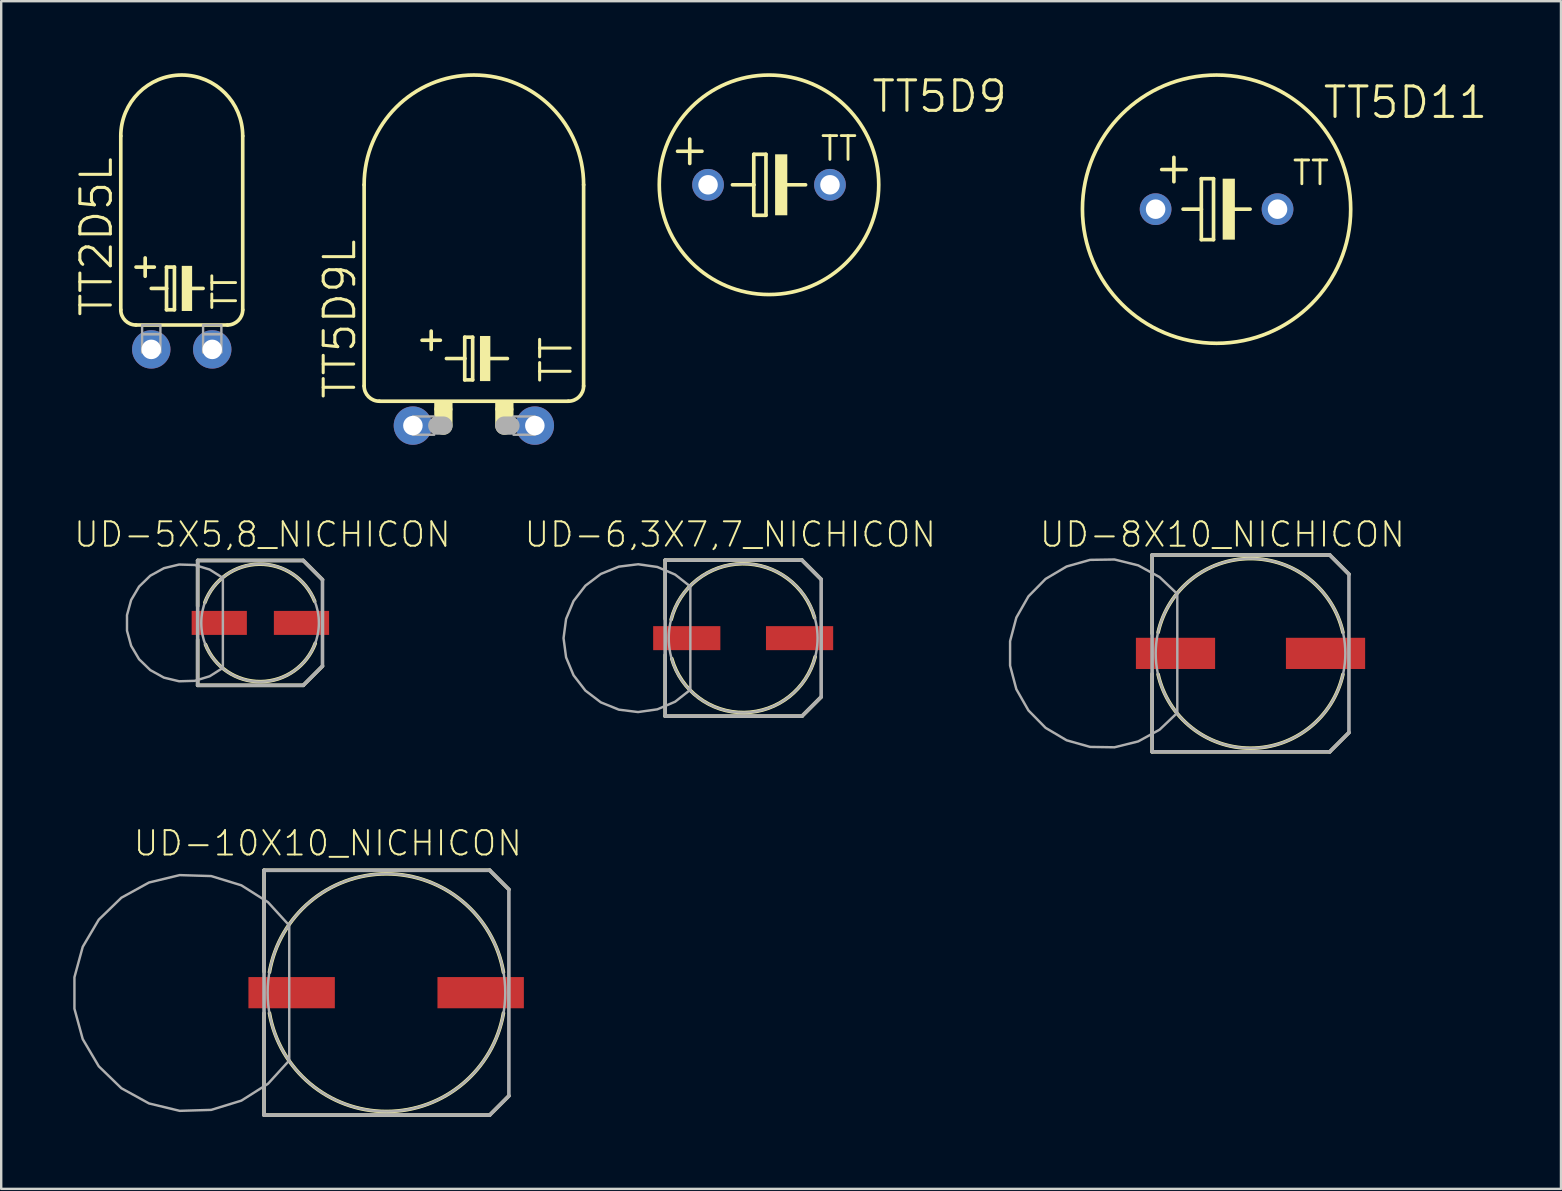
<source format=kicad_pcb>
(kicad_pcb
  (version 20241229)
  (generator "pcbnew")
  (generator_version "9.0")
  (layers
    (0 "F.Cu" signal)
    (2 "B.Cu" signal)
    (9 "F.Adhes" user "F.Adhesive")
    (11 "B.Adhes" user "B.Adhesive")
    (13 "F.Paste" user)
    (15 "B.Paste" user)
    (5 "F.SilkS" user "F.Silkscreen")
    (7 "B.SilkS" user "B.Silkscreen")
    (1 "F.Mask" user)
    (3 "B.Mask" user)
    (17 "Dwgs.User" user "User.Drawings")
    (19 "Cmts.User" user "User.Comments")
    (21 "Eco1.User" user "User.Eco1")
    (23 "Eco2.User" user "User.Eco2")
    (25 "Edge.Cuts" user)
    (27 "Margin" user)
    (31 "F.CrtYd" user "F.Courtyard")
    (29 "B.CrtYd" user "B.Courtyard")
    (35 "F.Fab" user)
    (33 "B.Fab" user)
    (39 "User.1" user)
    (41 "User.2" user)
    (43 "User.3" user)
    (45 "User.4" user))
  (footprint "TT5D11"
    (layer "F.Cu")
    (at 47.634 5.664)
    (property "Reference" "TT5D11" (at 7.868 -4.445 0) (layer "F.SilkS") (effects (font (size 1.27 1.27) (thickness 0.127))))
    (attr through_hole)
    (fp_line (start -1.778 -2.159) (end -1.778 -1.143) (stroke (width 0.152) (type solid)) (layer "F.SilkS"))
    (fp_line (start -1.397 0) (end -0.635 0) (stroke (width 0.152) (type solid)) (layer "F.SilkS"))
    (fp_line (start -1.27 -1.651) (end -2.286 -1.651) (stroke (width 0.152) (type solid)) (layer "F.SilkS"))
    (fp_line (start -0.635 -1.27) (end -0.635 0) (stroke (width 0.152) (type solid)) (layer "F.SilkS"))
    (fp_line (start -0.635 0) (end -0.635 1.27) (stroke (width 0.152) (type solid)) (layer "F.SilkS"))
    (fp_line (start -0.635 1.27) (end -0.127 1.27) (stroke (width 0.152) (type solid)) (layer "F.SilkS"))
    (fp_line (start -0.127 -1.27) (end -0.635 -1.27) (stroke (width 0.152) (type solid)) (layer "F.SilkS"))
    (fp_line (start -0.127 1.27) (end -0.127 -1.27) (stroke (width 0.152) (type solid)) (layer "F.SilkS"))
    (fp_line (start 0.635 0) (end 1.397 0) (stroke (width 0.152) (type solid)) (layer "F.SilkS"))
    (fp_circle (center 0 0) (end 5.588 0) (stroke (width 0.152) (type solid)) (fill no) (layer "F.SilkS"))
    (fp_poly (pts (xy 0.254 -1.27) (xy 0.762 -1.27) (xy 0.762 1.27) (xy 0.254 1.27)) (stroke (width 0) (type solid)) (fill yes) (layer "F.SilkS"))
    (fp_text user "TT" (at 3.93 -1.511 0) (layer "F.SilkS") (effects (font (size 0.991 0.991) (thickness 0.119))))
    (pad "+" thru_hole circle (at -2.54 0) (size 1.321 1.321) (drill 0.813) (layers "*.Cu" "*.Mask"))
    (pad "-" thru_hole circle (at 2.54 0) (size 1.321 1.321) (drill 0.813) (layers "*.Cu" "*.Mask")))
  (footprint "UD-10X10_NICHICON"
    (layer "F.Cu")
    (at 13.05 38.306)
    (property "Reference" "UD-10X10_NICHICON" (at -2.443 -6.223 0) (layer "F.SilkS") (effects (font (size 1.016 1.016) (thickness 0.081))))
    (attr through_hole)
    (fp_line (start -5.1 -5.1) (end 4.3 -5.1) (stroke (width 0.15) (type solid)) (layer "F.SilkS"))
    (fp_line (start -5.1 -0.875) (end -5.1 -5.1) (stroke (width 0.15) (type solid)) (layer "F.SilkS"))
    (fp_line (start -5.1 5.1) (end -5.1 0.85) (stroke (width 0.15) (type solid)) (layer "F.SilkS"))
    (fp_line (start 4.3 -5.1) (end 5.1 -4.3) (stroke (width 0.15) (type solid)) (layer "F.SilkS"))
    (fp_line (start 4.3 5.1) (end -5.1 5.1) (stroke (width 0.15) (type solid)) (layer "F.SilkS"))
    (fp_line (start 5.1 4.3) (end 4.3 5.1) (stroke (width 0.15) (type solid)) (layer "F.SilkS"))
    (fp_arc (start -4.875 -0.85) (mid 0.000002 -4.950039) (end 4.875001 -0.849996) (stroke (width 0.15) (type solid)) (layer "F.SilkS"))
    (fp_arc (start 4.875 0.85) (mid -0.000002 4.950039) (end -4.875001 0.849996) (stroke (width 0.15) (type solid)) (layer "F.SilkS"))
    (fp_line (start -5.1 -5.1) (end 4.3 -5.1) (stroke (width 0.15) (type solid)) (layer "F.Fab"))
    (fp_line (start -5.1 5.1) (end -5.1 -5.1) (stroke (width 0.15) (type solid)) (layer "F.Fab"))
    (fp_line (start 4.3 -5.1) (end 5.1 -4.3) (stroke (width 0.15) (type solid)) (layer "F.Fab"))
    (fp_line (start 4.3 5.1) (end -5.1 5.1) (stroke (width 0.15) (type solid)) (layer "F.Fab"))
    (fp_line (start 5.1 -4.3) (end 5.1 4.3) (stroke (width 0.15) (type solid)) (layer "F.Fab"))
    (fp_line (start 5.1 4.3) (end 4.3 5.1) (stroke (width 0.15) (type solid)) (layer "F.Fab"))
    (fp_circle (center 0 0) (end 4.95 0) (stroke (width 0.102) (type solid)) (fill no) (layer "F.Fab"))
    (fp_poly (pts (xy -4.05 -2.8) (xy -4.935 -3.77) (xy -6.045 -4.473) (xy -7.301 -4.858) (xy -8.614 -4.898) (xy -9.891 -4.59) (xy -11.042 -3.957) (xy -11.985 -3.042) (xy -12.653 -1.911) (xy -12.999 -0.644) (xy -12.999 0.669) (xy -12.653 1.936) (xy -11.985 3.067) (xy -11.042 3.982) (xy -9.891 4.615) (xy -8.614 4.923) (xy -7.301 4.883) (xy -6.045 4.498) (xy -4.935 3.795) (xy -4.05 2.825)) (stroke (width 0.102) (type solid)) (fill no) (layer "F.Fab"))
    (pad "+" smd rect (at 3.925 0) (size 3.6 1.3) (layers "F.Cu" "F.Mask" "F.Paste"))
    (pad "-" smd rect (at -3.95 0) (size 3.6 1.3) (layers "F.Cu" "F.Mask" "F.Paste")))
  (footprint "TT5D9"
    (layer "F.Cu")
    (at 28.988 4.649)
    (property "Reference" "TT5D9" (at 7.106 -3.683 0) (layer "F.SilkS") (effects (font (size 1.27 1.27) (thickness 0.127))))
    (attr through_hole)
    (fp_line (start -3.302 -1.905) (end -3.302 -0.889) (stroke (width 0.152) (type solid)) (layer "F.SilkS"))
    (fp_line (start -2.794 -1.397) (end -3.81 -1.397) (stroke (width 0.152) (type solid)) (layer "F.SilkS"))
    (fp_line (start -1.524 0) (end -0.635 0) (stroke (width 0.152) (type solid)) (layer "F.SilkS"))
    (fp_line (start -0.635 -1.27) (end -0.635 0) (stroke (width 0.152) (type solid)) (layer "F.SilkS"))
    (fp_line (start -0.635 0) (end -0.635 1.27) (stroke (width 0.152) (type solid)) (layer "F.SilkS"))
    (fp_line (start -0.635 1.27) (end -0.127 1.27) (stroke (width 0.152) (type solid)) (layer "F.SilkS"))
    (fp_line (start -0.127 -1.27) (end -0.635 -1.27) (stroke (width 0.152) (type solid)) (layer "F.SilkS"))
    (fp_line (start -0.127 1.27) (end -0.127 -1.27) (stroke (width 0.152) (type solid)) (layer "F.SilkS"))
    (fp_line (start 0.635 0) (end 1.524 0) (stroke (width 0.152) (type solid)) (layer "F.SilkS"))
    (fp_circle (center 0 0) (end 4.572 0) (stroke (width 0.152) (type solid)) (fill no) (layer "F.SilkS"))
    (fp_poly (pts (xy 0.254 -1.27) (xy 0.762 -1.27) (xy 0.762 1.27) (xy 0.254 1.27)) (stroke (width 0) (type solid)) (fill yes) (layer "F.SilkS"))
    (fp_text user "TT" (at 2.914 -1.511 0) (layer "F.SilkS") (effects (font (size 0.991 0.991) (thickness 0.119))))
    (pad "+" thru_hole circle (at -2.54 0) (size 1.321 1.321) (drill 0.813) (layers "*.Cu" "*.Mask"))
    (pad "-" thru_hole circle (at 2.54 0) (size 1.321 1.321) (drill 0.813) (layers "*.Cu" "*.Mask")))
  (footprint "TT5D9L"
    (layer "F.Cu")
    (at 16.692 14.681)
    (property "Reference" "TT5D9L" (at -5.588 -4.439 90) (layer "F.SilkS") (effects (font (size 1.27 1.27) (thickness 0.127))))
    (attr through_hole)
    (fp_line (start -4.572 -10.033) (end -4.572 -1.651) (stroke (width 0.152) (type solid)) (layer "F.SilkS"))
    (fp_line (start -3.937 -1.016) (end 3.937 -1.016) (stroke (width 0.152) (type solid)) (layer "F.SilkS"))
    (fp_line (start -2.159 -3.556) (end -1.397 -3.556) (stroke (width 0.152) (type solid)) (layer "F.SilkS"))
    (fp_line (start -1.778 -3.937) (end -1.778 -3.175) (stroke (width 0.152) (type solid)) (layer "F.SilkS"))
    (fp_line (start -1.27 -0.635) (end -1.27 0) (stroke (width 0.762) (type solid)) (layer "F.SilkS"))
    (fp_line (start -1.143 -2.794) (end -0.381 -2.794) (stroke (width 0.152) (type solid)) (layer "F.SilkS"))
    (fp_line (start -0.381 -3.683) (end -0.381 -2.794) (stroke (width 0.152) (type solid)) (layer "F.SilkS"))
    (fp_line (start -0.381 -2.794) (end -0.381 -1.905) (stroke (width 0.152) (type solid)) (layer "F.SilkS"))
    (fp_line (start -0.381 -1.905) (end -0.051 -1.905) (stroke (width 0.152) (type solid)) (layer "F.SilkS"))
    (fp_line (start -0.051 -3.683) (end -0.381 -3.683) (stroke (width 0.152) (type solid)) (layer "F.SilkS"))
    (fp_line (start -0.051 -1.905) (end -0.051 -3.683) (stroke (width 0.152) (type solid)) (layer "F.SilkS"))
    (fp_line (start 0.635 -2.794) (end 1.397 -2.794) (stroke (width 0.152) (type solid)) (layer "F.SilkS"))
    (fp_line (start 1.27 -0.635) (end 1.27 0) (stroke (width 0.762) (type solid)) (layer "F.SilkS"))
    (fp_line (start 4.572 -10.033) (end 4.572 -1.651) (stroke (width 0.152) (type solid)) (layer "F.SilkS"))
    (fp_arc (start -4.572 -10.033) (mid 0 -14.605) (end 4.572 -10.033) (stroke (width 0.1524) (type solid)) (layer "F.SilkS"))
    (fp_arc (start -3.937 -1.016) (mid -4.386013 -1.201987) (end -4.572 -1.651) (stroke (width 0.1524) (type solid)) (layer "F.SilkS"))
    (fp_arc (start 4.572 -1.651) (mid 4.386013 -1.201987) (end 3.937 -1.016) (stroke (width 0.1524) (type solid)) (layer "F.SilkS"))
    (fp_poly (pts (xy -1.651 -1.016) (xy -0.889 -1.016) (xy -0.889 -0.635) (xy -1.651 -0.635)) (stroke (width 0) (type solid)) (fill yes) (layer "F.SilkS"))
    (fp_poly (pts (xy 0.254 -3.734) (xy 0.686 -3.734) (xy 0.686 -1.854) (xy 0.254 -1.854)) (stroke (width 0) (type solid)) (fill yes) (layer "F.SilkS"))
    (fp_poly (pts (xy 0.889 -1.016) (xy 1.651 -1.016) (xy 1.651 -0.635) (xy 0.889 -0.635)) (stroke (width 0) (type solid)) (fill yes) (layer "F.SilkS"))
    (fp_line (start -1.524 0) (end -1.27 0) (stroke (width 0.762) (type solid)) (layer "F.Fab"))
    (fp_line (start 1.524 0) (end 1.27 0) (stroke (width 0.762) (type solid)) (layer "F.Fab"))
    (fp_poly (pts (xy -2.54 -0.381) (xy -1.651 -0.381) (xy -1.651 0.381) (xy -2.54 0.381)) (stroke (width 0.1) (type solid)) (fill no) (layer "F.Fab"))
    (fp_poly (pts (xy 1.651 -0.381) (xy 2.54 -0.381) (xy 2.54 0.381) (xy 1.651 0.381)) (stroke (width 0.1) (type solid)) (fill no) (layer "F.Fab"))
    (fp_text user "TT" (at 3.429 -2.746 90) (layer "F.SilkS") (effects (font (size 1.27 1.27) (thickness 0.127))))
    (pad "+" thru_hole circle (at -2.54 0) (size 1.6 1.6) (drill 0.813) (layers "*.Cu" "*.Mask"))
    (pad "-" thru_hole circle (at 2.54 0) (size 1.6 1.6) (drill 0.813) (layers "*.Cu" "*.Mask")))
  (footprint "UD-8X10_NICHICON"
    (layer "F.Cu")
    (at 49.048 24.171)
    (property "Reference" "UD-8X10_NICHICON" (at -1.173 -4.953 0) (layer "F.SilkS") (effects (font (size 1.016 1.016) (thickness 0.081))))
    (attr through_hole)
    (fp_line (start -4.1 -4.1) (end 3.3 -4.1) (stroke (width 0.15) (type solid)) (layer "F.SilkS"))
    (fp_line (start -4.1 -0.825) (end -4.1 -4.1) (stroke (width 0.15) (type solid)) (layer "F.SilkS"))
    (fp_line (start -4.1 4.1) (end -4.1 0.85) (stroke (width 0.15) (type solid)) (layer "F.SilkS"))
    (fp_line (start 3.3 -4.1) (end 4.1 -3.3) (stroke (width 0.15) (type solid)) (layer "F.SilkS"))
    (fp_line (start 3.3 4.1) (end -4.1 4.1) (stroke (width 0.15) (type solid)) (layer "F.SilkS"))
    (fp_line (start 4.1 3.3) (end 3.3 4.1) (stroke (width 0.15) (type solid)) (layer "F.SilkS"))
    (fp_arc (start -3.85 -0.875) (mid 0 -3.950049) (end 3.85 -0.875) (stroke (width 0.15) (type solid)) (layer "F.SilkS"))
    (fp_arc (start 3.85 0.875) (mid 0 3.950049) (end -3.85 0.875) (stroke (width 0.15) (type solid)) (layer "F.SilkS"))
    (fp_line (start -4.1 -4.1) (end 3.3 -4.1) (stroke (width 0.15) (type solid)) (layer "F.Fab"))
    (fp_line (start -4.1 4.1) (end -4.1 -4.1) (stroke (width 0.15) (type solid)) (layer "F.Fab"))
    (fp_line (start 3.3 -4.1) (end 4.1 -3.3) (stroke (width 0.15) (type solid)) (layer "F.Fab"))
    (fp_line (start 3.3 4.1) (end -4.1 4.1) (stroke (width 0.15) (type solid)) (layer "F.Fab"))
    (fp_line (start 4.1 -3.3) (end 4.1 3.3) (stroke (width 0.15) (type solid)) (layer "F.Fab"))
    (fp_line (start 4.1 3.3) (end 3.3 4.1) (stroke (width 0.15) (type solid)) (layer "F.Fab"))
    (fp_circle (center 0 0) (end 3.95 0) (stroke (width 0.102) (type solid)) (fill no) (layer "F.Fab"))
    (fp_poly (pts (xy -3.05 -2.475) (xy -3.786 -3.177) (xy -4.678 -3.667) (xy -5.666 -3.912) (xy -6.683 -3.896) (xy -7.663 -3.62) (xy -8.538 -3.102) (xy -9.252 -2.376) (xy -9.756 -1.492) (xy -10.017 -0.509) (xy -10.017 0.509) (xy -9.756 1.492) (xy -9.252 2.376) (xy -8.538 3.102) (xy -7.663 3.62) (xy -6.683 3.896) (xy -5.666 3.912) (xy -4.678 3.667) (xy -3.786 3.177) (xy -3.05 2.475)) (stroke (width 0.102) (type solid)) (fill no) (layer "F.Fab"))
    (pad "+" smd rect (at 3.125 0) (size 3.3 1.3) (layers "F.Cu" "F.Mask" "F.Paste"))
    (pad "-" smd rect (at -3.125 0) (size 3.3 1.3) (layers "F.Cu" "F.Mask" "F.Paste")))
  (footprint "TT2D5L"
    (layer "F.Cu")
    (at 4.522 11.506)
    (property "Reference" "TT2D5L" (at -3.556 -4.693 90) (layer "F.SilkS") (effects (font (size 1.27 1.27) (thickness 0.127))))
    (attr through_hole)
    (fp_line (start -2.54 -8.89) (end -2.54 -1.651) (stroke (width 0.152) (type solid)) (layer "F.SilkS"))
    (fp_line (start -1.905 -3.429) (end -1.143 -3.429) (stroke (width 0.152) (type solid)) (layer "F.SilkS"))
    (fp_line (start -1.905 -1.016) (end 1.905 -1.016) (stroke (width 0.152) (type solid)) (layer "F.SilkS"))
    (fp_line (start -1.524 -3.81) (end -1.524 -3.048) (stroke (width 0.152) (type solid)) (layer "F.SilkS"))
    (fp_line (start -1.27 -2.54) (end -0.635 -2.54) (stroke (width 0.152) (type solid)) (layer "F.SilkS"))
    (fp_line (start -0.635 -3.429) (end -0.635 -2.54) (stroke (width 0.152) (type solid)) (layer "F.SilkS"))
    (fp_line (start -0.635 -2.54) (end -0.635 -1.651) (stroke (width 0.152) (type solid)) (layer "F.SilkS"))
    (fp_line (start -0.635 -1.651) (end -0.305 -1.651) (stroke (width 0.152) (type solid)) (layer "F.SilkS"))
    (fp_line (start -0.305 -3.429) (end -0.635 -3.429) (stroke (width 0.152) (type solid)) (layer "F.SilkS"))
    (fp_line (start -0.305 -1.651) (end -0.305 -3.429) (stroke (width 0.152) (type solid)) (layer "F.SilkS"))
    (fp_line (start 0.381 -2.54) (end 0.889 -2.54) (stroke (width 0.152) (type solid)) (layer "F.SilkS"))
    (fp_line (start 2.54 -8.89) (end 2.54 -1.651) (stroke (width 0.152) (type solid)) (layer "F.SilkS"))
    (fp_arc (start -2.54 -8.89) (mid 0 -11.43) (end 2.54 -8.89) (stroke (width 0.1524) (type solid)) (layer "F.SilkS"))
    (fp_arc (start -1.905 -1.016) (mid -2.354013 -1.201987) (end -2.54 -1.651) (stroke (width 0.1524) (type solid)) (layer "F.SilkS"))
    (fp_arc (start 2.54 -1.651) (mid 2.354013 -1.201987) (end 1.905 -1.016) (stroke (width 0.1524) (type solid)) (layer "F.SilkS"))
    (fp_poly (pts (xy 0 -3.48) (xy 0.432 -3.48) (xy 0.432 -1.6) (xy 0 -1.6)) (stroke (width 0) (type solid)) (fill yes) (layer "F.SilkS"))
    (fp_poly (pts (xy -1.651 -1.016) (xy -0.889 -1.016) (xy -0.889 -0.635) (xy -1.651 -0.635)) (stroke (width 0.1) (type solid)) (fill no) (layer "F.Fab"))
    (fp_poly (pts (xy -1.651 -0.635) (xy -0.889 -0.635) (xy -0.889 0.127) (xy -1.651 0.127)) (stroke (width 0.1) (type solid)) (fill no) (layer "F.Fab"))
    (fp_poly (pts (xy 0.889 -1.016) (xy 1.651 -1.016) (xy 1.651 -0.635) (xy 0.889 -0.635)) (stroke (width 0.1) (type solid)) (fill no) (layer "F.Fab"))
    (fp_poly (pts (xy 0.889 -0.635) (xy 1.651 -0.635) (xy 1.651 0.127) (xy 0.889 0.127)) (stroke (width 0.1) (type solid)) (fill no) (layer "F.Fab"))
    (fp_text user "TT" (at 1.791 -2.406 90) (layer "F.SilkS") (effects (font (size 0.991 0.991) (thickness 0.119))))
    (pad "+" thru_hole circle (at -1.27 0) (size 1.6 1.6) (drill 0.813) (layers "*.Cu" "*.Mask"))
    (pad "-" thru_hole circle (at 1.27 0) (size 1.6 1.6) (drill 0.813) (layers "*.Cu" "*.Mask")))
  (footprint "UD-6,3X7,7_NICHICON"
    (layer "F.Cu")
    (at 27.911 23.536)
    (property "Reference" "UD-6,3X7,7_NICHICON" (at -0.538 -4.318 0) (layer "F.SilkS") (effects (font (size 1.016 1.016) (thickness 0.081))))
    (attr through_hole)
    (fp_line (start -3.25 -3.25) (end 2.45 -3.25) (stroke (width 0.15) (type solid)) (layer "F.SilkS"))
    (fp_line (start -3.25 -0.8) (end -3.25 -3.25) (stroke (width 0.15) (type solid)) (layer "F.SilkS"))
    (fp_line (start -3.25 3.25) (end -3.25 0.7) (stroke (width 0.15) (type solid)) (layer "F.SilkS"))
    (fp_line (start 2.45 -3.25) (end 3.25 -2.45) (stroke (width 0.15) (type solid)) (layer "F.SilkS"))
    (fp_line (start 2.45 3.25) (end -3.25 3.25) (stroke (width 0.15) (type solid)) (layer "F.SilkS"))
    (fp_line (start 3.25 2.45) (end 2.45 3.25) (stroke (width 0.15) (type solid)) (layer "F.SilkS"))
    (fp_arc (start -3 -0.775) (mid -0.041211 -3.099781) (end 2.975 -0.850002) (stroke (width 0.15) (type solid)) (layer "F.SilkS"))
    (fp_arc (start 3 0.775) (mid 0.041211 3.099781) (end -2.975 0.850002) (stroke (width 0.15) (type solid)) (layer "F.SilkS"))
    (fp_line (start -3.25 -3.25) (end 2.45 -3.25) (stroke (width 0.15) (type solid)) (layer "F.Fab"))
    (fp_line (start -3.25 3.25) (end -3.25 -3.25) (stroke (width 0.15) (type solid)) (layer "F.Fab"))
    (fp_line (start 2.45 -3.25) (end 3.25 -2.45) (stroke (width 0.15) (type solid)) (layer "F.Fab"))
    (fp_line (start 2.45 3.25) (end -3.25 3.25) (stroke (width 0.15) (type solid)) (layer "F.Fab"))
    (fp_line (start 3.25 -2.45) (end 3.25 2.45) (stroke (width 0.15) (type solid)) (layer "F.Fab"))
    (fp_line (start 3.25 2.45) (end 2.45 3.25) (stroke (width 0.15) (type solid)) (layer "F.Fab"))
    (fp_circle (center 0 0) (end 3.1 0) (stroke (width 0.102) (type solid)) (fill no) (layer "F.Fab"))
    (fp_poly (pts (xy -2.2 -2.15) (xy -2.835 -2.649) (xy -3.578 -2.966) (xy -4.378 -3.079) (xy -5.18 -2.979) (xy -5.929 -2.675) (xy -6.572 -2.186) (xy -7.066 -1.547) (xy -7.377 -0.801) (xy -7.483 0) (xy -7.377 0.801) (xy -7.066 1.547) (xy -6.572 2.186) (xy -5.929 2.675) (xy -5.18 2.979) (xy -4.378 3.079) (xy -3.578 2.966) (xy -2.835 2.649) (xy -2.2 2.15)) (stroke (width 0.102) (type solid)) (fill no) (layer "F.Fab"))
    (pad "+" smd rect (at 2.35 0) (size 2.8 1) (layers "F.Cu" "F.Mask" "F.Paste"))
    (pad "-" smd rect (at -2.35 0) (size 2.8 1) (layers "F.Cu" "F.Mask" "F.Paste")))
  (footprint "UD-5X5,8_NICHICON"
    (layer "F.Cu")
    (at 7.785 22.901)
    (property "Reference" "UD-5X5,8_NICHICON" (at 0.097 -3.683 0) (layer "F.SilkS") (effects (font (size 1.016 1.016) (thickness 0.081))))
    (attr through_hole)
    (fp_line (start -2.6 -2.6) (end 1.8 -2.6) (stroke (width 0.15) (type solid)) (layer "F.SilkS"))
    (fp_line (start -2.6 -0.7) (end -2.6 -2.6) (stroke (width 0.15) (type solid)) (layer "F.SilkS"))
    (fp_line (start -2.6 2.6) (end -2.6 0.7) (stroke (width 0.15) (type solid)) (layer "F.SilkS"))
    (fp_line (start 1.8 -2.6) (end 2.6 -1.8) (stroke (width 0.15) (type solid)) (layer "F.SilkS"))
    (fp_line (start 1.8 2.6) (end -2.6 2.6) (stroke (width 0.15) (type solid)) (layer "F.SilkS"))
    (fp_line (start 2.6 1.8) (end 1.8 2.6) (stroke (width 0.15) (type solid)) (layer "F.SilkS"))
    (fp_arc (start -2.3 -0.85) (mid -0.02968 -2.446956) (end 2.275 -0.900001) (stroke (width 0.15) (type solid)) (layer "F.SilkS"))
    (fp_arc (start 2.3 0.85) (mid 0.02968 2.446956) (end -2.275 0.900001) (stroke (width 0.15) (type solid)) (layer "F.SilkS"))
    (fp_line (start -2.6 -2.6) (end 1.8 -2.6) (stroke (width 0.15) (type solid)) (layer "F.Fab"))
    (fp_line (start -2.6 2.6) (end -2.6 -2.6) (stroke (width 0.15) (type solid)) (layer "F.Fab"))
    (fp_line (start 1.8 -2.6) (end 2.6 -1.8) (stroke (width 0.15) (type solid)) (layer "F.Fab"))
    (fp_line (start 1.8 2.6) (end -2.6 2.6) (stroke (width 0.15) (type solid)) (layer "F.Fab"))
    (fp_line (start 2.6 -1.8) (end 2.6 1.8) (stroke (width 0.15) (type solid)) (layer "F.Fab"))
    (fp_line (start 2.6 1.8) (end 1.8 2.6) (stroke (width 0.15) (type solid)) (layer "F.Fab"))
    (fp_circle (center 0 0) (end 2.45 0) (stroke (width 0.102) (type solid)) (fill no) (layer "F.Fab"))
    (fp_poly (pts (xy -1.55 -1.875) (xy -2.1 -2.223) (xy -2.722 -2.413) (xy -3.372 -2.432) (xy -4.005 -2.28) (xy -4.574 -1.966) (xy -5.041 -1.513) (xy -5.372 -0.953) (xy -5.544 -0.325) (xy -5.544 0.325) (xy -5.372 0.953) (xy -5.041 1.513) (xy -4.574 1.966) (xy -4.005 2.28) (xy -3.372 2.432) (xy -2.722 2.413) (xy -2.1 2.223) (xy -1.55 1.875)) (stroke (width 0.102) (type solid)) (fill no) (layer "F.Fab"))
    (pad "+" smd rect (at 1.725 0) (size 2.3 1) (layers "F.Cu" "F.Mask" "F.Paste"))
    (pad "-" smd rect (at -1.7 0) (size 2.3 1) (layers "F.Cu" "F.Mask" "F.Paste")))
  (gr_rect
    (start -3 -3)
    (end 61.982 46.481)
    (stroke (width 0.1) (type default))
    (fill no)
    (layer "Edge.Cuts")))
</source>
